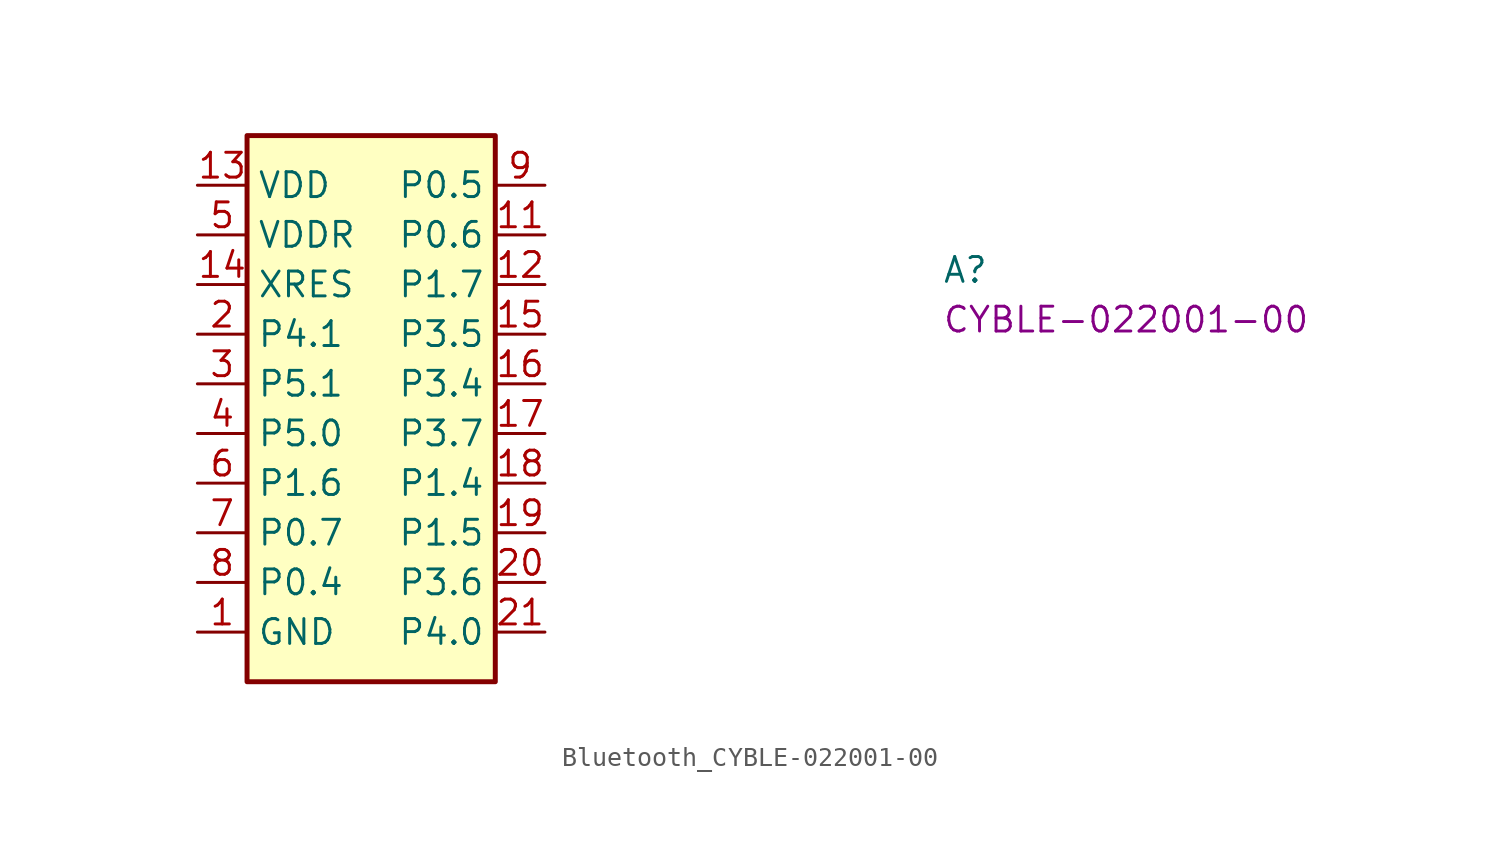
<source format=kicad_sym>
(kicad_symbol_lib
  (version 20220914)
  (generator kicad_symbol_editor)
  (symbol "Bluetooth_CYBLE-022001-00"
    (property "Reference" "A"
      (at 38.1 -5.08 0)
      (effects (font (size 1.27 1.27) (thickness 0.15)) (justify left bottom)))
    (property "MPN" "CYBLE-022001-00"
      (at 38.1 -7.62 0)
      (effects (font (size 1.27 1.27) (thickness 0.15)) (justify left bottom)))
    (symbol "Bluetooth_CYBLE-022001-00_1_1"
      (rectangle (start 2.54 2.54) (end 15.24 -25.4) (stroke (width 0.254) (type default)) (fill (type background)))
      (pin power_in line (at 0 -22.86 0) (length 2.54) (name "GND" (effects (font (size 1.27 1.27)))) (number "1" (effects (font (size 1.27 1.27)))))
      (pin passive line (at 0 -22.86 0) (length 2.54) hide (name "GND" (effects (font (size 1.27 1.27)))) (number "10" (effects (font (size 1.27 1.27)))))
      (pin bidirectional line (at 17.78 -2.54 180) (length 2.54) (name "P0.6" (effects (font (size 1.27 1.27)))) (number "11" (effects (font (size 1.27 1.27)))))
      (pin bidirectional line (at 17.78 -5.08 180) (length 2.54) (name "P1.7" (effects (font (size 1.27 1.27)))) (number "12" (effects (font (size 1.27 1.27)))))
      (pin power_in line (at 0 0 0) (length 2.54) (name "VDD" (effects (font (size 1.27 1.27)))) (number "13" (effects (font (size 1.27 1.27)))))
      (pin input line (at 0 -5.08 0) (length 2.54) (name "XRES" (effects (font (size 1.27 1.27)))) (number "14" (effects (font (size 1.27 1.27)))))
      (pin bidirectional line (at 17.78 -7.62 180) (length 2.54) (name "P3.5" (effects (font (size 1.27 1.27)))) (number "15" (effects (font (size 1.27 1.27)))))
      (pin bidirectional line (at 17.78 -10.16 180) (length 2.54) (name "P3.4" (effects (font (size 1.27 1.27)))) (number "16" (effects (font (size 1.27 1.27)))))
      (pin bidirectional line (at 17.78 -12.7 180) (length 2.54) (name "P3.7" (effects (font (size 1.27 1.27)))) (number "17" (effects (font (size 1.27 1.27)))))
      (pin bidirectional line (at 17.78 -15.24 180) (length 2.54) (name "P1.4" (effects (font (size 1.27 1.27)))) (number "18" (effects (font (size 1.27 1.27)))))
      (pin bidirectional line (at 17.78 -17.78 180) (length 2.54) (name "P1.5" (effects (font (size 1.27 1.27)))) (number "19" (effects (font (size 1.27 1.27)))))
      (pin bidirectional line (at 0 -7.62 0) (length 2.54) (name "P4.1" (effects (font (size 1.27 1.27)))) (number "2" (effects (font (size 1.27 1.27)))))
      (pin bidirectional line (at 17.78 -20.32 180) (length 2.54) (name "P3.6" (effects (font (size 1.27 1.27)))) (number "20" (effects (font (size 1.27 1.27)))))
      (pin bidirectional line (at 17.78 -22.86 180) (length 2.54) (name "P4.0" (effects (font (size 1.27 1.27)))) (number "21" (effects (font (size 1.27 1.27)))))
      (pin bidirectional line (at 0 -10.16 0) (length 2.54) (name "P5.1" (effects (font (size 1.27 1.27)))) (number "3" (effects (font (size 1.27 1.27)))))
      (pin bidirectional line (at 0 -12.7 0) (length 2.54) (name "P5.0" (effects (font (size 1.27 1.27)))) (number "4" (effects (font (size 1.27 1.27)))))
      (pin power_in line (at 0 -2.54 0) (length 2.54) (name "VDDR" (effects (font (size 1.27 1.27)))) (number "5" (effects (font (size 1.27 1.27)))))
      (pin bidirectional line (at 0 -15.24 0) (length 2.54) (name "P1.6" (effects (font (size 1.27 1.27)))) (number "6" (effects (font (size 1.27 1.27)))))
      (pin bidirectional line (at 0 -17.78 0) (length 2.54) (name "P0.7" (effects (font (size 1.27 1.27)))) (number "7" (effects (font (size 1.27 1.27)))))
      (pin bidirectional line (at 0 -20.32 0) (length 2.54) (name "P0.4" (effects (font (size 1.27 1.27)))) (number "8" (effects (font (size 1.27 1.27)))))
      (pin bidirectional line (at 17.78 0 180) (length 2.54) (name "P0.5" (effects (font (size 1.27 1.27)))) (number "9" (effects (font (size 1.27 1.27))))))))
</source>
